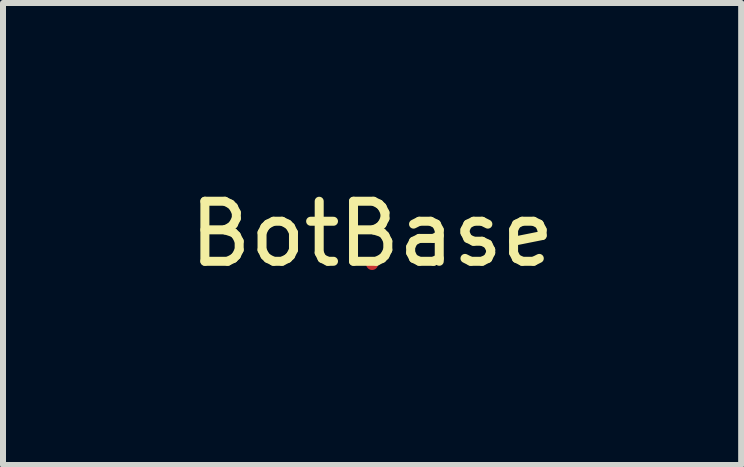
<source format=kicad_pcb>
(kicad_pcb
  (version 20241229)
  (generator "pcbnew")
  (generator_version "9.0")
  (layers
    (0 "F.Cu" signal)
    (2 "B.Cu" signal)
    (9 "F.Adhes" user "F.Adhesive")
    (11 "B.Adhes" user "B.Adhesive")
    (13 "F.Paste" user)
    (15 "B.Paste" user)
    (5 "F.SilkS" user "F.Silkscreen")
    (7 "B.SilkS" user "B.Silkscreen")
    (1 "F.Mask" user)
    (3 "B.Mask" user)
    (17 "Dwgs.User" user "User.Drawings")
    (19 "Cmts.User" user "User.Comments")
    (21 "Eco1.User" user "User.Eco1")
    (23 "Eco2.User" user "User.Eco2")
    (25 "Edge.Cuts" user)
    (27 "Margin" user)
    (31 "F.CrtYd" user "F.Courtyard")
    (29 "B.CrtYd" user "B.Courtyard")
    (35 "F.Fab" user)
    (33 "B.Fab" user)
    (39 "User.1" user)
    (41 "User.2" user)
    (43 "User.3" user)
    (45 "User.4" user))
  (footprint "BotBase"
    (layer "F.Cu")
    (at 3.149 1.348)
    (property "Reference" "BotBase" (at 0 -0.5 0) (unlocked yes) (layer "F.SilkS") (effects (font (size 1 1) (thickness 0.15))))
    (attr smd)
    (pad "1" smd circle (at 0 0) (size 0.2 0.2) (layers "F.Cu" "F.Mask" "F.Paste")))
  (gr_rect
    (start -3 -3)
    (end 9.298 4.697)
    (stroke (width 0.1) (type default))
    (fill no)
    (layer "Edge.Cuts")))
</source>
